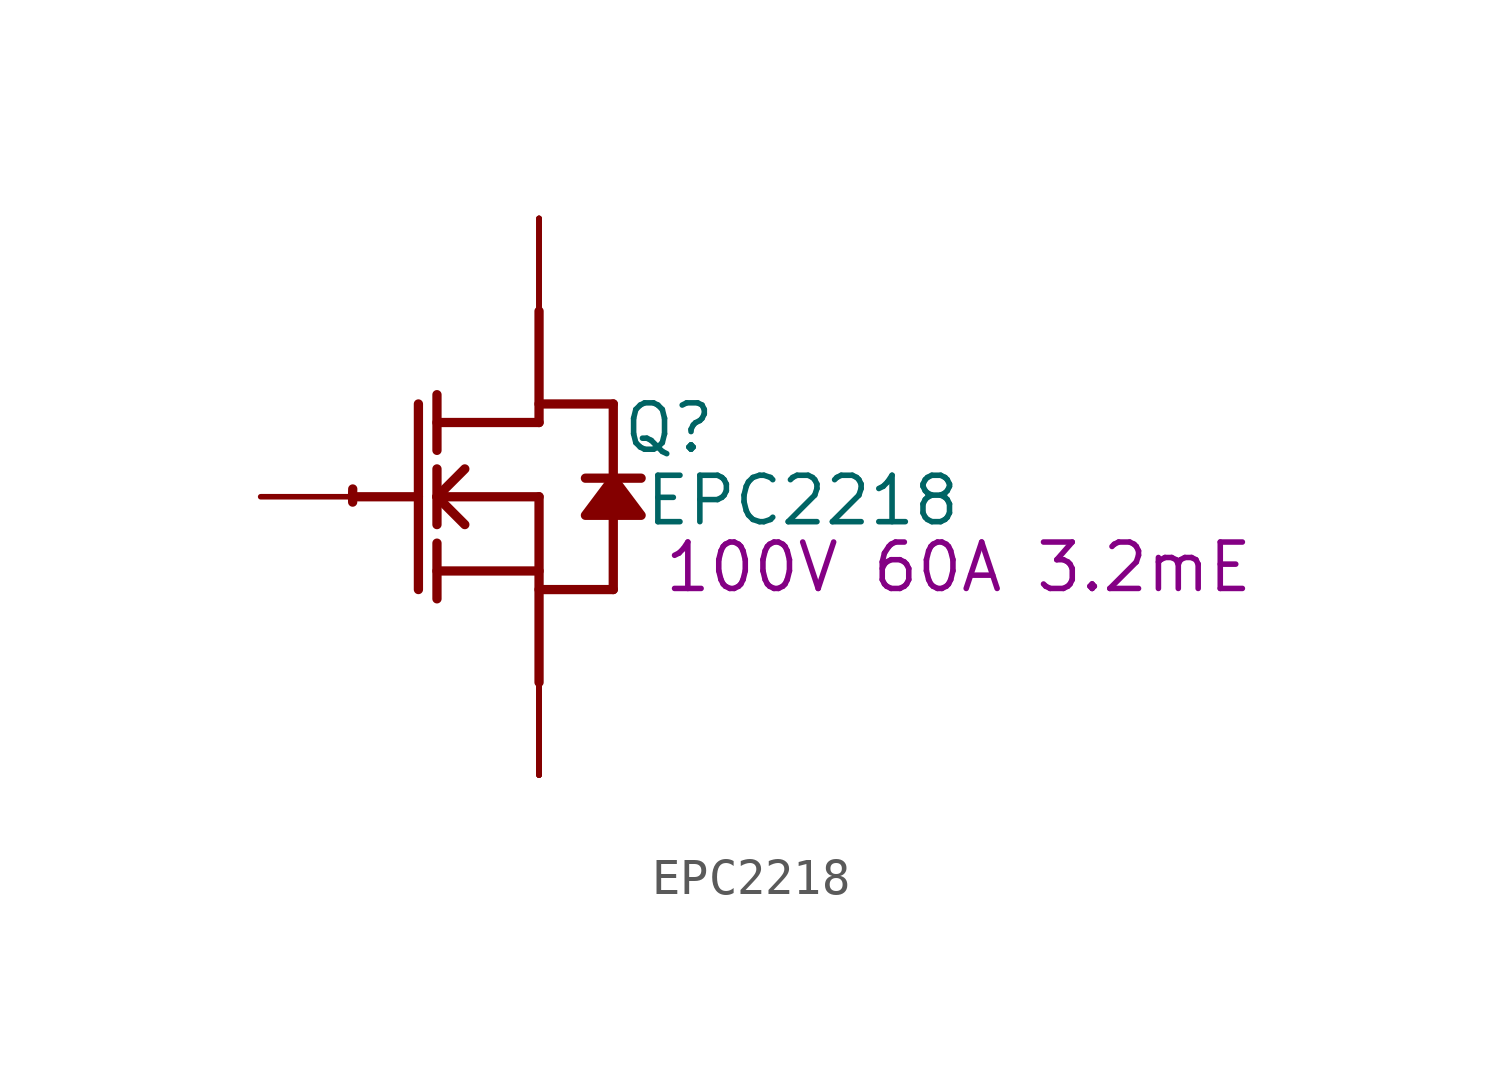
<source format=kicad_sym>
(kicad_symbol_lib
  (version 20220914)
  (generator kicad_symbol_editor)
  (symbol "EPC2218"
    (property "Reference" "Q"
      (at 3.556 1.88 0)
      (effects (font (size 1.27 1.27))))
    (property "Value" "EPC2218"
      (at 7.214 -0.102 0)
      (effects (font (size 1.27 1.27))))
    (property "Description" "100V 60A 3.2mE"
      (at 11.481 -1.93 0)
      (effects (font (size 1.27 1.27))))
    (symbol "EPC2218_1_0"
      (arc (start -5.0996 0.2128) (mid -5.1039 0.0331) (end -5.1019 -0.1467) (stroke (width 0.254) (type solid)) (fill (type none)))
      (polyline (pts (xy -5.08 0) (xy -3.302 0)) (stroke (width 0.254) (type solid)) (fill (type none)))
      (polyline (pts (xy -3.302 2.54) (xy -3.302 -2.54)) (stroke (width 0.254) (type solid)) (fill (type none)))
      (polyline (pts (xy -2.794 -2.794) (xy -2.794 -1.27)) (stroke (width 0.254) (type solid)) (fill (type none)))
      (polyline (pts (xy -2.794 -2.032) (xy 0 -2.032)) (stroke (width 0.254) (type solid)) (fill (type none)))
      (polyline (pts (xy -2.794 -0.762) (xy -2.794 0.762)) (stroke (width 0.254) (type solid)) (fill (type none)))
      (polyline (pts (xy -2.794 0) (xy -2.032 0.762)) (stroke (width 0.254) (type solid)) (fill (type none)))
      (polyline (pts (xy -2.794 0) (xy 0 0)) (stroke (width 0.254) (type solid)) (fill (type none)))
      (polyline (pts (xy -2.794 1.27) (xy -2.794 2.794)) (stroke (width 0.254) (type solid)) (fill (type none)))
      (polyline (pts (xy -2.032 -0.762) (xy -2.794 0)) (stroke (width 0.254) (type solid)) (fill (type none)))
      (polyline (pts (xy 0 -2.54) (xy 2.032 -2.54)) (stroke (width 0.254) (type solid)) (fill (type none)))
      (polyline (pts (xy 0 0) (xy 0 -5.08)) (stroke (width 0.254) (type solid)) (fill (type none)))
      (polyline (pts (xy 0 2.032) (xy -2.794 2.032)) (stroke (width 0.254) (type solid)) (fill (type none)))
      (polyline (pts (xy 0 2.032) (xy 0 5.08)) (stroke (width 0.254) (type solid)) (fill (type none)))
      (polyline (pts (xy 0 2.54) (xy 2.032 2.54)) (stroke (width 0.254) (type solid)) (fill (type none)))
      (polyline (pts (xy 2.032 -0.508) (xy 2.032 -2.54)) (stroke (width 0.254) (type solid)) (fill (type none)))
      (polyline (pts (xy 2.032 2.54) (xy 2.032 0.508)) (stroke (width 0.254) (type solid)) (fill (type none)))
      (polyline (pts (xy 2.794 0.508) (xy 1.27 0.508)) (stroke (width 0.254) (type solid)) (fill (type none)))
      (polyline (pts (xy 2.032 0.508) (xy 1.27 -0.508) (xy 2.794 -0.508) (xy 2.032 0.508)) (stroke (width 0.254) (type solid)) (fill (type outline)))
      (pin passive line (at -7.62 0 0) (length 2.54) (name "G" (effects (font (size 0 0)))) (number "1" (effects (font (size 0 0)))))
      (pin passive line (at 0 -7.62 90) (length 2.54) (name "S" (effects (font (size 0 0)))) (number "2" (effects (font (size 0 0)))))
      (pin passive line (at 0 7.62 270) (length 2.54) (name "D" (effects (font (size 0 0)))) (number "3" (effects (font (size 0 0)))))
      (pin passive line (at 0 -7.62 90) (length 2.54) (name "S" (effects (font (size 0 0)))) (number "4" (effects (font (size 0 0)))))
      (pin passive line (at 0 7.62 270) (length 2.54) (name "D" (effects (font (size 0 0)))) (number "5" (effects (font (size 0 0)))))
      (pin passive line (at 0 -7.62 90) (length 2.54) (name "S" (effects (font (size 0 0)))) (number "6" (effects (font (size 0 0)))))
      (pin passive line (at 0 7.62 270) (length 2.54) (name "D" (effects (font (size 0 0)))) (number "7" (effects (font (size 0 0)))))
      (pin passive line (at 0 -7.62 90) (length 2.54) (name "S" (effects (font (size 0 0)))) (number "8" (effects (font (size 0 0))))))))
</source>
